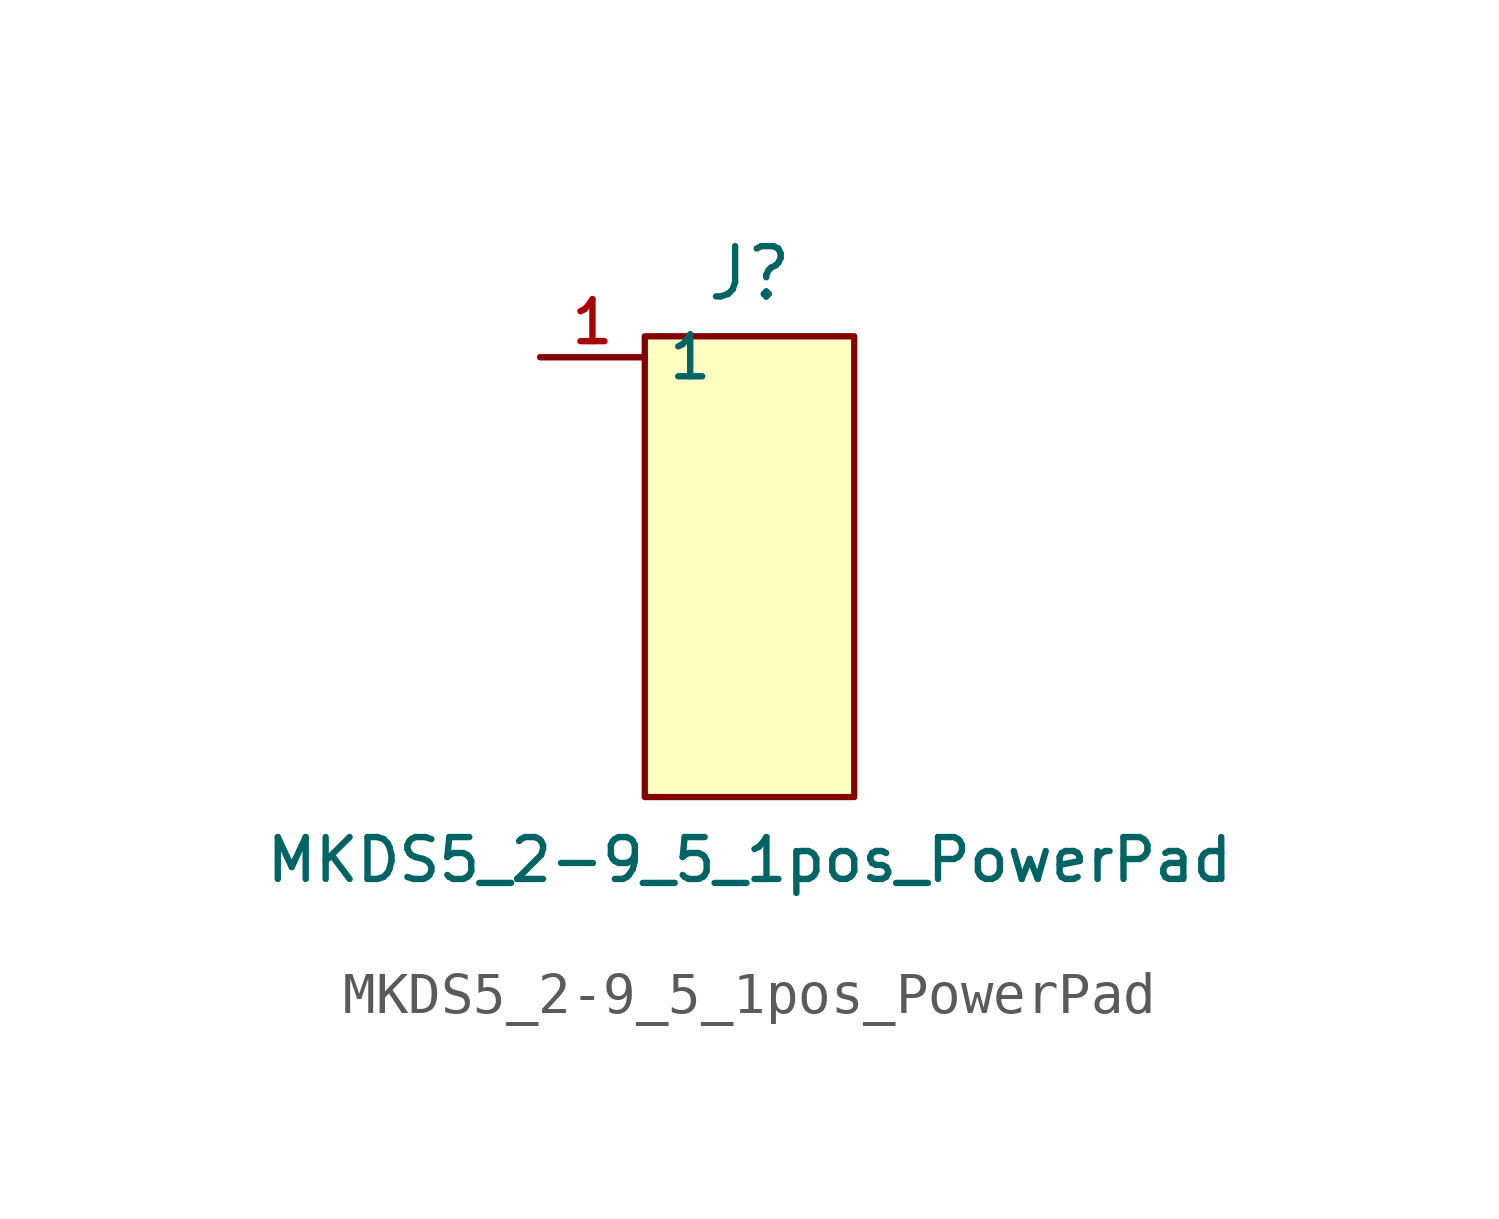
<source format=kicad_sym>
(kicad_symbol_lib
  (version 20211014)
  (generator KiCad)
  (symbol "MKDS5_2-9_5_1pos_PowerPad"
    (property "Reference" "J"
      (at 0 7 0)
      (effects (font (size 1.2 1.2))))
    (property "Value" "MKDS5_2-9_5_1pos_PowerPad"
      (at 0 -7 0)
      (effects (font (size 1.0 1.0))))
    (rectangle
      (start -2.5 5.5)
      (end 2.5 -5.5)
      (stroke (width 0.15) (type default))
      (fill (type background)))
    (pin passive line
      (at -5 5 0)
      (length 2.5)
      (name "1" (effects (font (size 1 1))))
      (number "1" (effects (font (size 1 1)))))))
</source>
